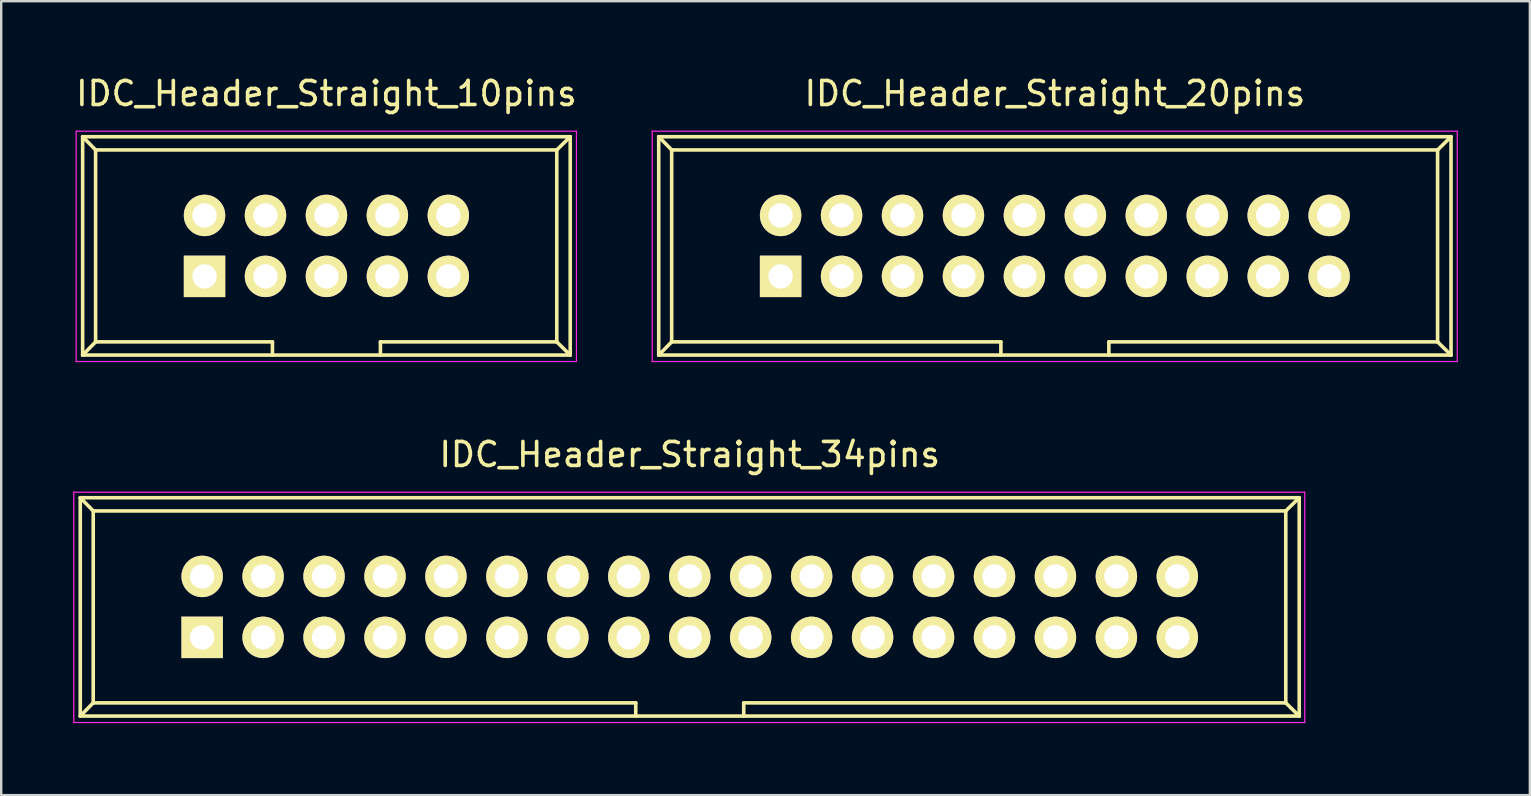
<source format=kicad_pcb>
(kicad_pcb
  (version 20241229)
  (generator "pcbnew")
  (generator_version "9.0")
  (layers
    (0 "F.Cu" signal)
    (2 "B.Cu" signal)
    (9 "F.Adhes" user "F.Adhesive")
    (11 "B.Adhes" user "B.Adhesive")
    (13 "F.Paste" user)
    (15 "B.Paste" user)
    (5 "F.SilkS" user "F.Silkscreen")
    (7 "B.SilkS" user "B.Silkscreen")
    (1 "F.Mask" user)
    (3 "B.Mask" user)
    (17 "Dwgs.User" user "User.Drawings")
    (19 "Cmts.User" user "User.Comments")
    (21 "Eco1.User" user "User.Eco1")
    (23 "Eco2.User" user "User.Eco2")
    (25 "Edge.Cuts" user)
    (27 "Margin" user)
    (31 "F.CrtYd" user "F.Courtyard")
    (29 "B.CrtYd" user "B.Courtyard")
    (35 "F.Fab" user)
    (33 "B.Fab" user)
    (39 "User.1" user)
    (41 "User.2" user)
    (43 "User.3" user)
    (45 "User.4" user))
  (footprint "IDC_Header_Straight_34pins"
    (layer "F.Cu")
    (at 5.375 23.512)
    (property "Reference" "IDC_Header_Straight_34pins" (at 20.32 -7.62 0) (layer "F.SilkS") (effects (font (size 1 1) (thickness 0.15))))
    (attr through_hole)
    (fp_line (start -5.08 -5.82) (end -5.08 3.28) (stroke (width 0.15) (type solid)) (layer "F.SilkS"))
    (fp_line (start -5.08 -5.82) (end -4.54 -5.27) (stroke (width 0.15) (type solid)) (layer "F.SilkS"))
    (fp_line (start -5.08 -5.82) (end 45.72 -5.82) (stroke (width 0.15) (type solid)) (layer "F.SilkS"))
    (fp_line (start -5.08 3.28) (end -4.54 2.73) (stroke (width 0.15) (type solid)) (layer "F.SilkS"))
    (fp_line (start -5.08 3.28) (end 45.72 3.28) (stroke (width 0.15) (type solid)) (layer "F.SilkS"))
    (fp_line (start -4.54 -5.27) (end -4.54 2.73) (stroke (width 0.15) (type solid)) (layer "F.SilkS"))
    (fp_line (start -4.54 -5.27) (end 45.16 -5.27) (stroke (width 0.15) (type solid)) (layer "F.SilkS"))
    (fp_line (start -4.54 2.73) (end 18.07 2.73) (stroke (width 0.15) (type solid)) (layer "F.SilkS"))
    (fp_line (start 18.07 2.73) (end 18.07 3.28) (stroke (width 0.15) (type solid)) (layer "F.SilkS"))
    (fp_line (start 22.57 2.73) (end 22.57 3.28) (stroke (width 0.15) (type solid)) (layer "F.SilkS"))
    (fp_line (start 22.57 2.73) (end 45.16 2.73) (stroke (width 0.15) (type solid)) (layer "F.SilkS"))
    (fp_line (start 45.16 -5.27) (end 45.16 2.73) (stroke (width 0.15) (type solid)) (layer "F.SilkS"))
    (fp_line (start 45.72 -5.82) (end 45.16 -5.27) (stroke (width 0.15) (type solid)) (layer "F.SilkS"))
    (fp_line (start 45.72 -5.82) (end 45.72 3.28) (stroke (width 0.15) (type solid)) (layer "F.SilkS"))
    (fp_line (start 45.72 3.28) (end 45.16 2.73) (stroke (width 0.15) (type solid)) (layer "F.SilkS"))
    (fp_line (start -5.35 -6.05) (end 45.95 -6.05) (stroke (width 0.05) (type solid)) (layer "F.CrtYd"))
    (fp_line (start -5.35 3.55) (end -5.35 -6.05) (stroke (width 0.05) (type solid)) (layer "F.CrtYd"))
    (fp_line (start 45.95 -6.05) (end 45.95 3.55) (stroke (width 0.05) (type solid)) (layer "F.CrtYd"))
    (fp_line (start 45.95 3.55) (end -5.35 3.55) (stroke (width 0.05) (type solid)) (layer "F.CrtYd"))
    (pad "1" thru_hole rect (at 0 0) (size 1.727 1.727) (drill 1.016) (layers "*.Cu" "*.Mask" "F.SilkS"))
    (pad "2" thru_hole oval (at 0 -2.54) (size 1.727 1.727) (drill 1.016) (layers "*.Cu" "*.Mask" "F.SilkS"))
    (pad "3" thru_hole oval (at 2.54 0) (size 1.727 1.727) (drill 1.016) (layers "*.Cu" "*.Mask" "F.SilkS"))
    (pad "4" thru_hole oval (at 2.54 -2.54) (size 1.727 1.727) (drill 1.016) (layers "*.Cu" "*.Mask" "F.SilkS"))
    (pad "5" thru_hole oval (at 5.08 0) (size 1.727 1.727) (drill 1.016) (layers "*.Cu" "*.Mask" "F.SilkS"))
    (pad "6" thru_hole oval (at 5.08 -2.54) (size 1.727 1.727) (drill 1.016) (layers "*.Cu" "*.Mask" "F.SilkS"))
    (pad "7" thru_hole oval (at 7.62 0) (size 1.727 1.727) (drill 1.016) (layers "*.Cu" "*.Mask" "F.SilkS"))
    (pad "8" thru_hole oval (at 7.62 -2.54) (size 1.727 1.727) (drill 1.016) (layers "*.Cu" "*.Mask" "F.SilkS"))
    (pad "9" thru_hole oval (at 10.16 0) (size 1.727 1.727) (drill 1.016) (layers "*.Cu" "*.Mask" "F.SilkS"))
    (pad "10" thru_hole oval (at 10.16 -2.54) (size 1.727 1.727) (drill 1.016) (layers "*.Cu" "*.Mask" "F.SilkS"))
    (pad "11" thru_hole oval (at 12.7 0) (size 1.727 1.727) (drill 1.016) (layers "*.Cu" "*.Mask" "F.SilkS"))
    (pad "12" thru_hole oval (at 12.7 -2.54) (size 1.727 1.727) (drill 1.016) (layers "*.Cu" "*.Mask" "F.SilkS"))
    (pad "13" thru_hole oval (at 15.24 0) (size 1.727 1.727) (drill 1.016) (layers "*.Cu" "*.Mask" "F.SilkS"))
    (pad "14" thru_hole oval (at 15.24 -2.54) (size 1.727 1.727) (drill 1.016) (layers "*.Cu" "*.Mask" "F.SilkS"))
    (pad "15" thru_hole oval (at 17.78 0) (size 1.727 1.727) (drill 1.016) (layers "*.Cu" "*.Mask" "F.SilkS"))
    (pad "16" thru_hole oval (at 17.78 -2.54) (size 1.727 1.727) (drill 1.016) (layers "*.Cu" "*.Mask" "F.SilkS"))
    (pad "17" thru_hole oval (at 20.32 0) (size 1.727 1.727) (drill 1.016) (layers "*.Cu" "*.Mask" "F.SilkS"))
    (pad "18" thru_hole oval (at 20.32 -2.54) (size 1.727 1.727) (drill 1.016) (layers "*.Cu" "*.Mask" "F.SilkS"))
    (pad "19" thru_hole oval (at 22.86 0) (size 1.727 1.727) (drill 1.016) (layers "*.Cu" "*.Mask" "F.SilkS"))
    (pad "20" thru_hole oval (at 22.86 -2.54) (size 1.727 1.727) (drill 1.016) (layers "*.Cu" "*.Mask" "F.SilkS"))
    (pad "21" thru_hole oval (at 25.4 0) (size 1.727 1.727) (drill 1.016) (layers "*.Cu" "*.Mask" "F.SilkS"))
    (pad "22" thru_hole oval (at 25.4 -2.54) (size 1.727 1.727) (drill 1.016) (layers "*.Cu" "*.Mask" "F.SilkS"))
    (pad "23" thru_hole oval (at 27.94 0) (size 1.727 1.727) (drill 1.016) (layers "*.Cu" "*.Mask" "F.SilkS"))
    (pad "24" thru_hole oval (at 27.94 -2.54) (size 1.727 1.727) (drill 1.016) (layers "*.Cu" "*.Mask" "F.SilkS"))
    (pad "25" thru_hole oval (at 30.48 0) (size 1.727 1.727) (drill 1.016) (layers "*.Cu" "*.Mask" "F.SilkS"))
    (pad "26" thru_hole oval (at 30.48 -2.54) (size 1.727 1.727) (drill 1.016) (layers "*.Cu" "*.Mask" "F.SilkS"))
    (pad "27" thru_hole oval (at 33.02 0) (size 1.727 1.727) (drill 1.016) (layers "*.Cu" "*.Mask" "F.SilkS"))
    (pad "28" thru_hole oval (at 33.02 -2.54) (size 1.727 1.727) (drill 1.016) (layers "*.Cu" "*.Mask" "F.SilkS"))
    (pad "29" thru_hole oval (at 35.56 0) (size 1.727 1.727) (drill 1.016) (layers "*.Cu" "*.Mask" "F.SilkS"))
    (pad "30" thru_hole oval (at 35.56 -2.54) (size 1.727 1.727) (drill 1.016) (layers "*.Cu" "*.Mask" "F.SilkS"))
    (pad "31" thru_hole oval (at 38.1 0) (size 1.727 1.727) (drill 1.016) (layers "*.Cu" "*.Mask" "F.SilkS"))
    (pad "32" thru_hole oval (at 38.1 -2.54) (size 1.727 1.727) (drill 1.016) (layers "*.Cu" "*.Mask" "F.SilkS"))
    (pad "33" thru_hole oval (at 40.64 0) (size 1.727 1.727) (drill 1.016) (layers "*.Cu" "*.Mask" "F.SilkS"))
    (pad "34" thru_hole oval (at 40.64 -2.54) (size 1.727 1.727) (drill 1.016) (layers "*.Cu" "*.Mask" "F.SilkS")))
  (footprint "IDC_Header_Straight_20pins"
    (layer "F.Cu")
    (at 29.482 8.468)
    (property "Reference" "IDC_Header_Straight_20pins" (at 11.43 -7.62 0) (layer "F.SilkS") (effects (font (size 1 1) (thickness 0.15))))
    (attr through_hole)
    (fp_line (start -5.08 -5.82) (end -5.08 3.28) (stroke (width 0.15) (type solid)) (layer "F.SilkS"))
    (fp_line (start -5.08 -5.82) (end -4.54 -5.27) (stroke (width 0.15) (type solid)) (layer "F.SilkS"))
    (fp_line (start -5.08 -5.82) (end 27.94 -5.82) (stroke (width 0.15) (type solid)) (layer "F.SilkS"))
    (fp_line (start -5.08 3.28) (end -4.54 2.73) (stroke (width 0.15) (type solid)) (layer "F.SilkS"))
    (fp_line (start -5.08 3.28) (end 27.94 3.28) (stroke (width 0.15) (type solid)) (layer "F.SilkS"))
    (fp_line (start -4.54 -5.27) (end -4.54 2.73) (stroke (width 0.15) (type solid)) (layer "F.SilkS"))
    (fp_line (start -4.54 -5.27) (end 27.38 -5.27) (stroke (width 0.15) (type solid)) (layer "F.SilkS"))
    (fp_line (start -4.54 2.73) (end 9.18 2.73) (stroke (width 0.15) (type solid)) (layer "F.SilkS"))
    (fp_line (start 9.18 2.73) (end 9.18 3.28) (stroke (width 0.15) (type solid)) (layer "F.SilkS"))
    (fp_line (start 13.68 2.73) (end 13.68 3.28) (stroke (width 0.15) (type solid)) (layer "F.SilkS"))
    (fp_line (start 13.68 2.73) (end 27.38 2.73) (stroke (width 0.15) (type solid)) (layer "F.SilkS"))
    (fp_line (start 27.38 -5.27) (end 27.38 2.73) (stroke (width 0.15) (type solid)) (layer "F.SilkS"))
    (fp_line (start 27.94 -5.82) (end 27.38 -5.27) (stroke (width 0.15) (type solid)) (layer "F.SilkS"))
    (fp_line (start 27.94 -5.82) (end 27.94 3.28) (stroke (width 0.15) (type solid)) (layer "F.SilkS"))
    (fp_line (start 27.94 3.28) (end 27.38 2.73) (stroke (width 0.15) (type solid)) (layer "F.SilkS"))
    (fp_line (start -5.35 -6.05) (end 28.2 -6.05) (stroke (width 0.05) (type solid)) (layer "F.CrtYd"))
    (fp_line (start -5.35 3.55) (end -5.35 -6.05) (stroke (width 0.05) (type solid)) (layer "F.CrtYd"))
    (fp_line (start 28.2 -6.05) (end 28.2 3.55) (stroke (width 0.05) (type solid)) (layer "F.CrtYd"))
    (fp_line (start 28.2 3.55) (end -5.35 3.55) (stroke (width 0.05) (type solid)) (layer "F.CrtYd"))
    (pad "1" thru_hole rect (at 0 0) (size 1.727 1.727) (drill 1.016) (layers "*.Cu" "*.Mask" "F.SilkS"))
    (pad "2" thru_hole oval (at 0 -2.54) (size 1.727 1.727) (drill 1.016) (layers "*.Cu" "*.Mask" "F.SilkS"))
    (pad "3" thru_hole oval (at 2.54 0) (size 1.727 1.727) (drill 1.016) (layers "*.Cu" "*.Mask" "F.SilkS"))
    (pad "4" thru_hole oval (at 2.54 -2.54) (size 1.727 1.727) (drill 1.016) (layers "*.Cu" "*.Mask" "F.SilkS"))
    (pad "5" thru_hole oval (at 5.08 0) (size 1.727 1.727) (drill 1.016) (layers "*.Cu" "*.Mask" "F.SilkS"))
    (pad "6" thru_hole oval (at 5.08 -2.54) (size 1.727 1.727) (drill 1.016) (layers "*.Cu" "*.Mask" "F.SilkS"))
    (pad "7" thru_hole oval (at 7.62 0) (size 1.727 1.727) (drill 1.016) (layers "*.Cu" "*.Mask" "F.SilkS"))
    (pad "8" thru_hole oval (at 7.62 -2.54) (size 1.727 1.727) (drill 1.016) (layers "*.Cu" "*.Mask" "F.SilkS"))
    (pad "9" thru_hole oval (at 10.16 0) (size 1.727 1.727) (drill 1.016) (layers "*.Cu" "*.Mask" "F.SilkS"))
    (pad "10" thru_hole oval (at 10.16 -2.54) (size 1.727 1.727) (drill 1.016) (layers "*.Cu" "*.Mask" "F.SilkS"))
    (pad "11" thru_hole oval (at 12.7 0) (size 1.727 1.727) (drill 1.016) (layers "*.Cu" "*.Mask" "F.SilkS"))
    (pad "12" thru_hole oval (at 12.7 -2.54) (size 1.727 1.727) (drill 1.016) (layers "*.Cu" "*.Mask" "F.SilkS"))
    (pad "13" thru_hole oval (at 15.24 0) (size 1.727 1.727) (drill 1.016) (layers "*.Cu" "*.Mask" "F.SilkS"))
    (pad "14" thru_hole oval (at 15.24 -2.54) (size 1.727 1.727) (drill 1.016) (layers "*.Cu" "*.Mask" "F.SilkS"))
    (pad "15" thru_hole oval (at 17.78 0) (size 1.727 1.727) (drill 1.016) (layers "*.Cu" "*.Mask" "F.SilkS"))
    (pad "16" thru_hole oval (at 17.78 -2.54) (size 1.727 1.727) (drill 1.016) (layers "*.Cu" "*.Mask" "F.SilkS"))
    (pad "17" thru_hole oval (at 20.32 0) (size 1.727 1.727) (drill 1.016) (layers "*.Cu" "*.Mask" "F.SilkS"))
    (pad "18" thru_hole oval (at 20.32 -2.54) (size 1.727 1.727) (drill 1.016) (layers "*.Cu" "*.Mask" "F.SilkS"))
    (pad "19" thru_hole oval (at 22.86 0) (size 1.727 1.727) (drill 1.016) (layers "*.Cu" "*.Mask" "F.SilkS"))
    (pad "20" thru_hole oval (at 22.86 -2.54) (size 1.727 1.727) (drill 1.016) (layers "*.Cu" "*.Mask" "F.SilkS")))
  (footprint "IDC_Header_Straight_10pins"
    (layer "F.Cu")
    (at 5.474 8.468)
    (property "Reference" "IDC_Header_Straight_10pins" (at 5.08 -7.62 0) (layer "F.SilkS") (effects (font (size 1 1) (thickness 0.15))))
    (attr through_hole)
    (fp_line (start -5.08 -5.82) (end -5.08 3.28) (stroke (width 0.15) (type solid)) (layer "F.SilkS"))
    (fp_line (start -5.08 -5.82) (end -4.54 -5.27) (stroke (width 0.15) (type solid)) (layer "F.SilkS"))
    (fp_line (start -5.08 -5.82) (end 15.24 -5.82) (stroke (width 0.15) (type solid)) (layer "F.SilkS"))
    (fp_line (start -5.08 3.28) (end -4.54 2.73) (stroke (width 0.15) (type solid)) (layer "F.SilkS"))
    (fp_line (start -5.08 3.28) (end 15.24 3.28) (stroke (width 0.15) (type solid)) (layer "F.SilkS"))
    (fp_line (start -4.54 -5.27) (end -4.54 2.73) (stroke (width 0.15) (type solid)) (layer "F.SilkS"))
    (fp_line (start -4.54 -5.27) (end 14.68 -5.27) (stroke (width 0.15) (type solid)) (layer "F.SilkS"))
    (fp_line (start -4.54 2.73) (end 2.83 2.73) (stroke (width 0.15) (type solid)) (layer "F.SilkS"))
    (fp_line (start 2.83 2.73) (end 2.83 3.28) (stroke (width 0.15) (type solid)) (layer "F.SilkS"))
    (fp_line (start 7.33 2.73) (end 7.33 3.28) (stroke (width 0.15) (type solid)) (layer "F.SilkS"))
    (fp_line (start 7.33 2.73) (end 14.68 2.73) (stroke (width 0.15) (type solid)) (layer "F.SilkS"))
    (fp_line (start 14.68 -5.27) (end 14.68 2.73) (stroke (width 0.15) (type solid)) (layer "F.SilkS"))
    (fp_line (start 15.24 -5.82) (end 14.68 -5.27) (stroke (width 0.15) (type solid)) (layer "F.SilkS"))
    (fp_line (start 15.24 -5.82) (end 15.24 3.28) (stroke (width 0.15) (type solid)) (layer "F.SilkS"))
    (fp_line (start 15.24 3.28) (end 14.68 2.73) (stroke (width 0.15) (type solid)) (layer "F.SilkS"))
    (fp_line (start -5.35 -6.05) (end 15.5 -6.05) (stroke (width 0.05) (type solid)) (layer "F.CrtYd"))
    (fp_line (start -5.35 3.55) (end -5.35 -6.05) (stroke (width 0.05) (type solid)) (layer "F.CrtYd"))
    (fp_line (start 15.5 -6.05) (end 15.5 3.55) (stroke (width 0.05) (type solid)) (layer "F.CrtYd"))
    (fp_line (start 15.5 3.55) (end -5.35 3.55) (stroke (width 0.05) (type solid)) (layer "F.CrtYd"))
    (pad "1" thru_hole rect (at 0 0) (size 1.727 1.727) (drill 1.016) (layers "*.Cu" "*.Mask" "F.SilkS"))
    (pad "2" thru_hole oval (at 0 -2.54) (size 1.727 1.727) (drill 1.016) (layers "*.Cu" "*.Mask" "F.SilkS"))
    (pad "3" thru_hole oval (at 2.54 0) (size 1.727 1.727) (drill 1.016) (layers "*.Cu" "*.Mask" "F.SilkS"))
    (pad "4" thru_hole oval (at 2.54 -2.54) (size 1.727 1.727) (drill 1.016) (layers "*.Cu" "*.Mask" "F.SilkS"))
    (pad "5" thru_hole oval (at 5.08 0) (size 1.727 1.727) (drill 1.016) (layers "*.Cu" "*.Mask" "F.SilkS"))
    (pad "6" thru_hole oval (at 5.08 -2.54) (size 1.727 1.727) (drill 1.016) (layers "*.Cu" "*.Mask" "F.SilkS"))
    (pad "7" thru_hole oval (at 7.62 0) (size 1.727 1.727) (drill 1.016) (layers "*.Cu" "*.Mask" "F.SilkS"))
    (pad "8" thru_hole oval (at 7.62 -2.54) (size 1.727 1.727) (drill 1.016) (layers "*.Cu" "*.Mask" "F.SilkS"))
    (pad "9" thru_hole oval (at 10.16 0) (size 1.727 1.727) (drill 1.016) (layers "*.Cu" "*.Mask" "F.SilkS"))
    (pad "10" thru_hole oval (at 10.16 -2.54) (size 1.727 1.727) (drill 1.016) (layers "*.Cu" "*.Mask" "F.SilkS")))
  (gr_rect
    (start -3 -3)
    (end 60.707 30.087)
    (stroke (width 0.1) (type default))
    (fill no)
    (layer "Edge.Cuts")))
</source>
